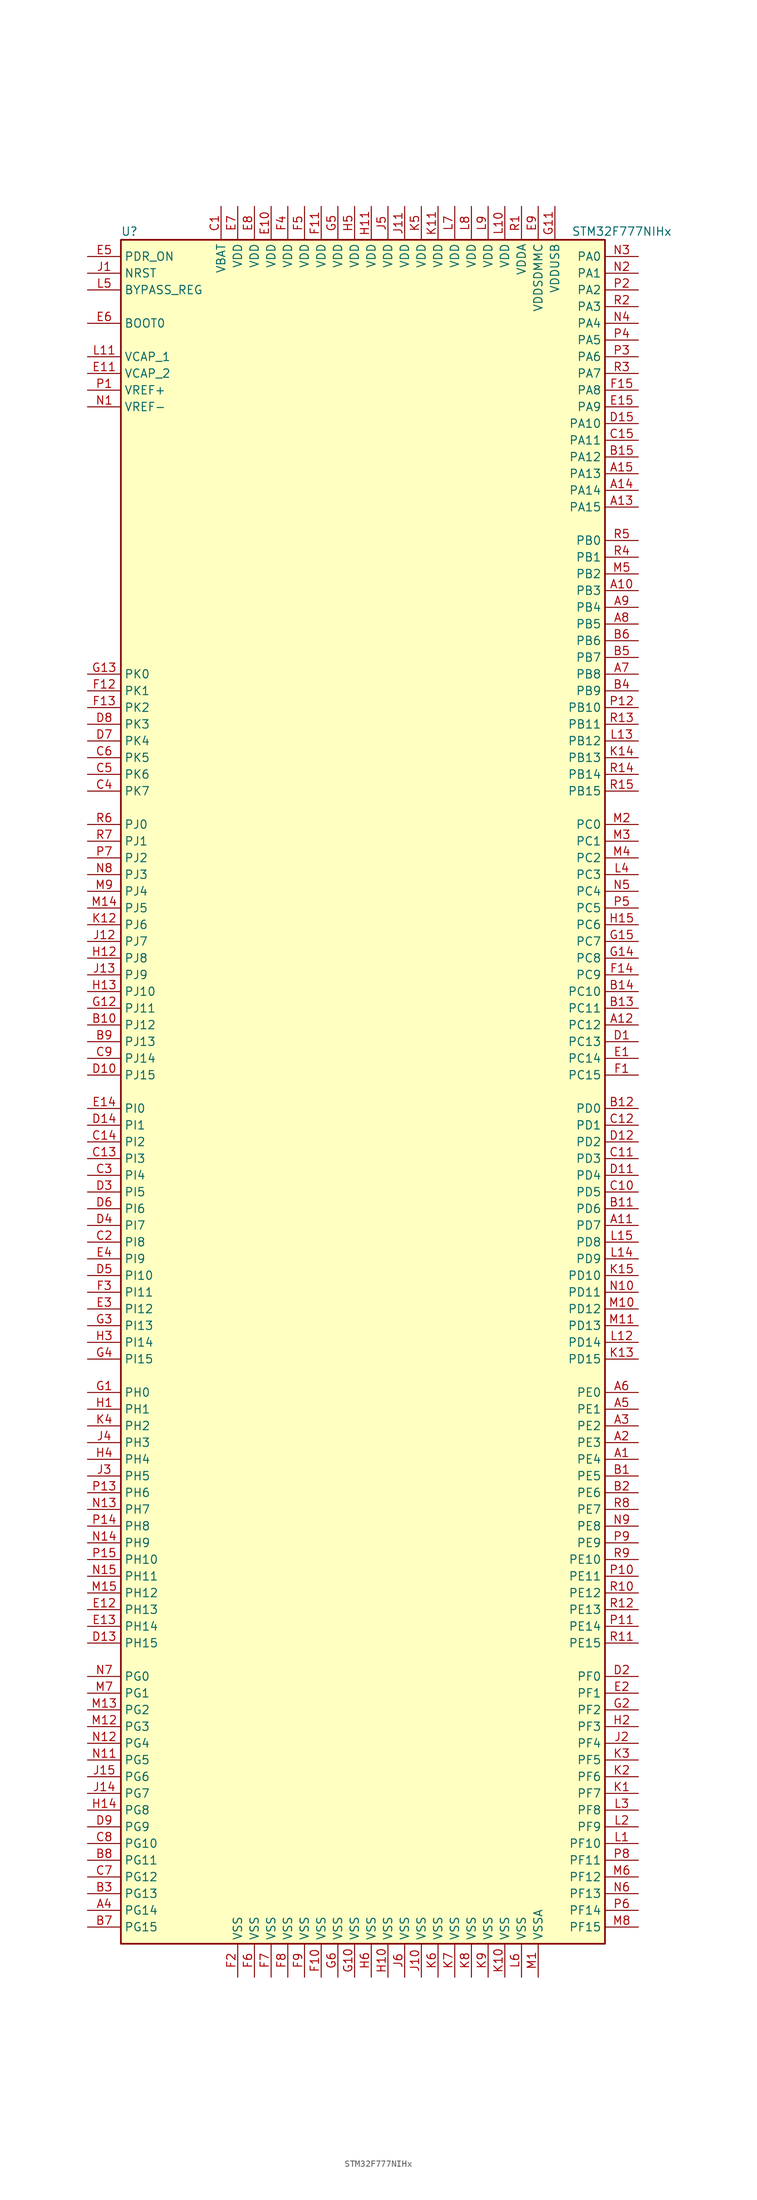
<source format=kicad_sym>
(kicad_symbol_lib
  (version 20211014)
  (generator kicad_symbol_editor)
  (symbol "STM32F777NIHx"
    (property "Reference" "U"
      (at -38.1 130.81 0)
      (effects (font (size 1.27 1.27)) (justify left)))
    (property "Value" "STM32F777NIHx"
      (at 30.48 130.81 0)
      (effects (font (size 1.27 1.27)) (justify left)))
    (symbol "STM32F777NIHx_0_1"
      (rectangle (start -38.1 -129.54) (end 35.56 129.54) (stroke (width 0.254) (type default) (color 0 0 0 0)) (fill (type background))))
    (symbol "STM32F777NIHx_1_1"
      (pin bidirectional line (at 40.64 -55.88 180) (length 5.08) (name "PE4" (effects (font (size 1.27 1.27)))) (number "A1" (effects (font (size 1.27 1.27)))))
      (pin bidirectional line (at 40.64 76.2 180) (length 5.08) (name "PB3" (effects (font (size 1.27 1.27)))) (number "A10" (effects (font (size 1.27 1.27)))))
      (pin bidirectional line (at 40.64 -20.32 180) (length 5.08) (name "PD7" (effects (font (size 1.27 1.27)))) (number "A11" (effects (font (size 1.27 1.27)))))
      (pin bidirectional line (at 40.64 10.16 180) (length 5.08) (name "PC12" (effects (font (size 1.27 1.27)))) (number "A12" (effects (font (size 1.27 1.27)))))
      (pin bidirectional line (at 40.64 88.9 180) (length 5.08) (name "PA15" (effects (font (size 1.27 1.27)))) (number "A13" (effects (font (size 1.27 1.27)))))
      (pin bidirectional line (at 40.64 91.44 180) (length 5.08) (name "PA14" (effects (font (size 1.27 1.27)))) (number "A14" (effects (font (size 1.27 1.27)))))
      (pin bidirectional line (at 40.64 93.98 180) (length 5.08) (name "PA13" (effects (font (size 1.27 1.27)))) (number "A15" (effects (font (size 1.27 1.27)))))
      (pin bidirectional line (at 40.64 -53.34 180) (length 5.08) (name "PE3" (effects (font (size 1.27 1.27)))) (number "A2" (effects (font (size 1.27 1.27)))))
      (pin bidirectional line (at 40.64 -50.8 180) (length 5.08) (name "PE2" (effects (font (size 1.27 1.27)))) (number "A3" (effects (font (size 1.27 1.27)))))
      (pin bidirectional line (at -43.18 -124.46 0) (length 5.08) (name "PG14" (effects (font (size 1.27 1.27)))) (number "A4" (effects (font (size 1.27 1.27)))))
      (pin bidirectional line (at 40.64 -48.26 180) (length 5.08) (name "PE1" (effects (font (size 1.27 1.27)))) (number "A5" (effects (font (size 1.27 1.27)))))
      (pin bidirectional line (at 40.64 -45.72 180) (length 5.08) (name "PE0" (effects (font (size 1.27 1.27)))) (number "A6" (effects (font (size 1.27 1.27)))))
      (pin bidirectional line (at 40.64 63.5 180) (length 5.08) (name "PB8" (effects (font (size 1.27 1.27)))) (number "A7" (effects (font (size 1.27 1.27)))))
      (pin bidirectional line (at 40.64 71.12 180) (length 5.08) (name "PB5" (effects (font (size 1.27 1.27)))) (number "A8" (effects (font (size 1.27 1.27)))))
      (pin bidirectional line (at 40.64 73.66 180) (length 5.08) (name "PB4" (effects (font (size 1.27 1.27)))) (number "A9" (effects (font (size 1.27 1.27)))))
      (pin bidirectional line (at 40.64 -58.42 180) (length 5.08) (name "PE5" (effects (font (size 1.27 1.27)))) (number "B1" (effects (font (size 1.27 1.27)))))
      (pin bidirectional line (at -43.18 10.16 0) (length 5.08) (name "PJ12" (effects (font (size 1.27 1.27)))) (number "B10" (effects (font (size 1.27 1.27)))))
      (pin bidirectional line (at 40.64 -17.78 180) (length 5.08) (name "PD6" (effects (font (size 1.27 1.27)))) (number "B11" (effects (font (size 1.27 1.27)))))
      (pin bidirectional line (at 40.64 -2.54 180) (length 5.08) (name "PD0" (effects (font (size 1.27 1.27)))) (number "B12" (effects (font (size 1.27 1.27)))))
      (pin bidirectional line (at 40.64 12.7 180) (length 5.08) (name "PC11" (effects (font (size 1.27 1.27)))) (number "B13" (effects (font (size 1.27 1.27)))))
      (pin bidirectional line (at 40.64 15.24 180) (length 5.08) (name "PC10" (effects (font (size 1.27 1.27)))) (number "B14" (effects (font (size 1.27 1.27)))))
      (pin bidirectional line (at 40.64 96.52 180) (length 5.08) (name "PA12" (effects (font (size 1.27 1.27)))) (number "B15" (effects (font (size 1.27 1.27)))))
      (pin bidirectional line (at 40.64 -60.96 180) (length 5.08) (name "PE6" (effects (font (size 1.27 1.27)))) (number "B2" (effects (font (size 1.27 1.27)))))
      (pin bidirectional line (at -43.18 -121.92 0) (length 5.08) (name "PG13" (effects (font (size 1.27 1.27)))) (number "B3" (effects (font (size 1.27 1.27)))))
      (pin bidirectional line (at 40.64 60.96 180) (length 5.08) (name "PB9" (effects (font (size 1.27 1.27)))) (number "B4" (effects (font (size 1.27 1.27)))))
      (pin bidirectional line (at 40.64 66.04 180) (length 5.08) (name "PB7" (effects (font (size 1.27 1.27)))) (number "B5" (effects (font (size 1.27 1.27)))))
      (pin bidirectional line (at 40.64 68.58 180) (length 5.08) (name "PB6" (effects (font (size 1.27 1.27)))) (number "B6" (effects (font (size 1.27 1.27)))))
      (pin bidirectional line (at -43.18 -127 0) (length 5.08) (name "PG15" (effects (font (size 1.27 1.27)))) (number "B7" (effects (font (size 1.27 1.27)))))
      (pin bidirectional line (at -43.18 -116.84 0) (length 5.08) (name "PG11" (effects (font (size 1.27 1.27)))) (number "B8" (effects (font (size 1.27 1.27)))))
      (pin bidirectional line (at -43.18 7.62 0) (length 5.08) (name "PJ13" (effects (font (size 1.27 1.27)))) (number "B9" (effects (font (size 1.27 1.27)))))
      (pin power_in line (at -22.86 134.62 270) (length 5.08) (name "VBAT" (effects (font (size 1.27 1.27)))) (number "C1" (effects (font (size 1.27 1.27)))))
      (pin bidirectional line (at 40.64 -15.24 180) (length 5.08) (name "PD5" (effects (font (size 1.27 1.27)))) (number "C10" (effects (font (size 1.27 1.27)))))
      (pin bidirectional line (at 40.64 -10.16 180) (length 5.08) (name "PD3" (effects (font (size 1.27 1.27)))) (number "C11" (effects (font (size 1.27 1.27)))))
      (pin bidirectional line (at 40.64 -5.08 180) (length 5.08) (name "PD1" (effects (font (size 1.27 1.27)))) (number "C12" (effects (font (size 1.27 1.27)))))
      (pin bidirectional line (at -43.18 -10.16 0) (length 5.08) (name "PI3" (effects (font (size 1.27 1.27)))) (number "C13" (effects (font (size 1.27 1.27)))))
      (pin bidirectional line (at -43.18 -7.62 0) (length 5.08) (name "PI2" (effects (font (size 1.27 1.27)))) (number "C14" (effects (font (size 1.27 1.27)))))
      (pin bidirectional line (at 40.64 99.06 180) (length 5.08) (name "PA11" (effects (font (size 1.27 1.27)))) (number "C15" (effects (font (size 1.27 1.27)))))
      (pin bidirectional line (at -43.18 -22.86 0) (length 5.08) (name "PI8" (effects (font (size 1.27 1.27)))) (number "C2" (effects (font (size 1.27 1.27)))))
      (pin bidirectional line (at -43.18 -12.7 0) (length 5.08) (name "PI4" (effects (font (size 1.27 1.27)))) (number "C3" (effects (font (size 1.27 1.27)))))
      (pin bidirectional line (at -43.18 45.72 0) (length 5.08) (name "PK7" (effects (font (size 1.27 1.27)))) (number "C4" (effects (font (size 1.27 1.27)))))
      (pin bidirectional line (at -43.18 48.26 0) (length 5.08) (name "PK6" (effects (font (size 1.27 1.27)))) (number "C5" (effects (font (size 1.27 1.27)))))
      (pin bidirectional line (at -43.18 50.8 0) (length 5.08) (name "PK5" (effects (font (size 1.27 1.27)))) (number "C6" (effects (font (size 1.27 1.27)))))
      (pin bidirectional line (at -43.18 -119.38 0) (length 5.08) (name "PG12" (effects (font (size 1.27 1.27)))) (number "C7" (effects (font (size 1.27 1.27)))))
      (pin bidirectional line (at -43.18 -114.3 0) (length 5.08) (name "PG10" (effects (font (size 1.27 1.27)))) (number "C8" (effects (font (size 1.27 1.27)))))
      (pin bidirectional line (at -43.18 5.08 0) (length 5.08) (name "PJ14" (effects (font (size 1.27 1.27)))) (number "C9" (effects (font (size 1.27 1.27)))))
      (pin bidirectional line (at 40.64 7.62 180) (length 5.08) (name "PC13" (effects (font (size 1.27 1.27)))) (number "D1" (effects (font (size 1.27 1.27)))))
      (pin bidirectional line (at -43.18 2.54 0) (length 5.08) (name "PJ15" (effects (font (size 1.27 1.27)))) (number "D10" (effects (font (size 1.27 1.27)))))
      (pin bidirectional line (at 40.64 -12.7 180) (length 5.08) (name "PD4" (effects (font (size 1.27 1.27)))) (number "D11" (effects (font (size 1.27 1.27)))))
      (pin bidirectional line (at 40.64 -7.62 180) (length 5.08) (name "PD2" (effects (font (size 1.27 1.27)))) (number "D12" (effects (font (size 1.27 1.27)))))
      (pin bidirectional line (at -43.18 -83.82 0) (length 5.08) (name "PH15" (effects (font (size 1.27 1.27)))) (number "D13" (effects (font (size 1.27 1.27)))))
      (pin bidirectional line (at -43.18 -5.08 0) (length 5.08) (name "PI1" (effects (font (size 1.27 1.27)))) (number "D14" (effects (font (size 1.27 1.27)))))
      (pin bidirectional line (at 40.64 101.6 180) (length 5.08) (name "PA10" (effects (font (size 1.27 1.27)))) (number "D15" (effects (font (size 1.27 1.27)))))
      (pin bidirectional line (at 40.64 -88.9 180) (length 5.08) (name "PF0" (effects (font (size 1.27 1.27)))) (number "D2" (effects (font (size 1.27 1.27)))))
      (pin bidirectional line (at -43.18 -15.24 0) (length 5.08) (name "PI5" (effects (font (size 1.27 1.27)))) (number "D3" (effects (font (size 1.27 1.27)))))
      (pin bidirectional line (at -43.18 -20.32 0) (length 5.08) (name "PI7" (effects (font (size 1.27 1.27)))) (number "D4" (effects (font (size 1.27 1.27)))))
      (pin bidirectional line (at -43.18 -27.94 0) (length 5.08) (name "PI10" (effects (font (size 1.27 1.27)))) (number "D5" (effects (font (size 1.27 1.27)))))
      (pin bidirectional line (at -43.18 -17.78 0) (length 5.08) (name "PI6" (effects (font (size 1.27 1.27)))) (number "D6" (effects (font (size 1.27 1.27)))))
      (pin bidirectional line (at -43.18 53.34 0) (length 5.08) (name "PK4" (effects (font (size 1.27 1.27)))) (number "D7" (effects (font (size 1.27 1.27)))))
      (pin bidirectional line (at -43.18 55.88 0) (length 5.08) (name "PK3" (effects (font (size 1.27 1.27)))) (number "D8" (effects (font (size 1.27 1.27)))))
      (pin bidirectional line (at -43.18 -111.76 0) (length 5.08) (name "PG9" (effects (font (size 1.27 1.27)))) (number "D9" (effects (font (size 1.27 1.27)))))
      (pin bidirectional line (at 40.64 5.08 180) (length 5.08) (name "PC14" (effects (font (size 1.27 1.27)))) (number "E1" (effects (font (size 1.27 1.27)))))
      (pin power_in line (at -15.24 134.62 270) (length 5.08) (name "VDD" (effects (font (size 1.27 1.27)))) (number "E10" (effects (font (size 1.27 1.27)))))
      (pin power_in line (at -43.18 109.22 0) (length 5.08) (name "VCAP_2" (effects (font (size 1.27 1.27)))) (number "E11" (effects (font (size 1.27 1.27)))))
      (pin bidirectional line (at -43.18 -78.74 0) (length 5.08) (name "PH13" (effects (font (size 1.27 1.27)))) (number "E12" (effects (font (size 1.27 1.27)))))
      (pin bidirectional line (at -43.18 -81.28 0) (length 5.08) (name "PH14" (effects (font (size 1.27 1.27)))) (number "E13" (effects (font (size 1.27 1.27)))))
      (pin bidirectional line (at -43.18 -2.54 0) (length 5.08) (name "PI0" (effects (font (size 1.27 1.27)))) (number "E14" (effects (font (size 1.27 1.27)))))
      (pin bidirectional line (at 40.64 104.14 180) (length 5.08) (name "PA9" (effects (font (size 1.27 1.27)))) (number "E15" (effects (font (size 1.27 1.27)))))
      (pin bidirectional line (at 40.64 -91.44 180) (length 5.08) (name "PF1" (effects (font (size 1.27 1.27)))) (number "E2" (effects (font (size 1.27 1.27)))))
      (pin bidirectional line (at -43.18 -33.02 0) (length 5.08) (name "PI12" (effects (font (size 1.27 1.27)))) (number "E3" (effects (font (size 1.27 1.27)))))
      (pin bidirectional line (at -43.18 -25.4 0) (length 5.08) (name "PI9" (effects (font (size 1.27 1.27)))) (number "E4" (effects (font (size 1.27 1.27)))))
      (pin input line (at -43.18 127 0) (length 5.08) (name "PDR_ON" (effects (font (size 1.27 1.27)))) (number "E5" (effects (font (size 1.27 1.27)))))
      (pin input line (at -43.18 116.84 0) (length 5.08) (name "BOOT0" (effects (font (size 1.27 1.27)))) (number "E6" (effects (font (size 1.27 1.27)))))
      (pin power_in line (at -20.32 134.62 270) (length 5.08) (name "VDD" (effects (font (size 1.27 1.27)))) (number "E7" (effects (font (size 1.27 1.27)))))
      (pin power_in line (at -17.78 134.62 270) (length 5.08) (name "VDD" (effects (font (size 1.27 1.27)))) (number "E8" (effects (font (size 1.27 1.27)))))
      (pin power_in line (at 25.4 134.62 270) (length 5.08) (name "VDDSDMMC" (effects (font (size 1.27 1.27)))) (number "E9" (effects (font (size 1.27 1.27)))))
      (pin bidirectional line (at 40.64 2.54 180) (length 5.08) (name "PC15" (effects (font (size 1.27 1.27)))) (number "F1" (effects (font (size 1.27 1.27)))))
      (pin power_in line (at -7.62 -134.62 90) (length 5.08) (name "VSS" (effects (font (size 1.27 1.27)))) (number "F10" (effects (font (size 1.27 1.27)))))
      (pin power_in line (at -7.62 134.62 270) (length 5.08) (name "VDD" (effects (font (size 1.27 1.27)))) (number "F11" (effects (font (size 1.27 1.27)))))
      (pin bidirectional line (at -43.18 60.96 0) (length 5.08) (name "PK1" (effects (font (size 1.27 1.27)))) (number "F12" (effects (font (size 1.27 1.27)))))
      (pin bidirectional line (at -43.18 58.42 0) (length 5.08) (name "PK2" (effects (font (size 1.27 1.27)))) (number "F13" (effects (font (size 1.27 1.27)))))
      (pin bidirectional line (at 40.64 17.78 180) (length 5.08) (name "PC9" (effects (font (size 1.27 1.27)))) (number "F14" (effects (font (size 1.27 1.27)))))
      (pin bidirectional line (at 40.64 106.68 180) (length 5.08) (name "PA8" (effects (font (size 1.27 1.27)))) (number "F15" (effects (font (size 1.27 1.27)))))
      (pin power_in line (at -20.32 -134.62 90) (length 5.08) (name "VSS" (effects (font (size 1.27 1.27)))) (number "F2" (effects (font (size 1.27 1.27)))))
      (pin bidirectional line (at -43.18 -30.48 0) (length 5.08) (name "PI11" (effects (font (size 1.27 1.27)))) (number "F3" (effects (font (size 1.27 1.27)))))
      (pin power_in line (at -12.7 134.62 270) (length 5.08) (name "VDD" (effects (font (size 1.27 1.27)))) (number "F4" (effects (font (size 1.27 1.27)))))
      (pin power_in line (at -10.16 134.62 270) (length 5.08) (name "VDD" (effects (font (size 1.27 1.27)))) (number "F5" (effects (font (size 1.27 1.27)))))
      (pin power_in line (at -17.78 -134.62 90) (length 5.08) (name "VSS" (effects (font (size 1.27 1.27)))) (number "F6" (effects (font (size 1.27 1.27)))))
      (pin power_in line (at -15.24 -134.62 90) (length 5.08) (name "VSS" (effects (font (size 1.27 1.27)))) (number "F7" (effects (font (size 1.27 1.27)))))
      (pin power_in line (at -12.7 -134.62 90) (length 5.08) (name "VSS" (effects (font (size 1.27 1.27)))) (number "F8" (effects (font (size 1.27 1.27)))))
      (pin power_in line (at -10.16 -134.62 90) (length 5.08) (name "VSS" (effects (font (size 1.27 1.27)))) (number "F9" (effects (font (size 1.27 1.27)))))
      (pin input line (at -43.18 -45.72 0) (length 5.08) (name "PH0" (effects (font (size 1.27 1.27)))) (number "G1" (effects (font (size 1.27 1.27)))))
      (pin power_in line (at -2.54 -134.62 90) (length 5.08) (name "VSS" (effects (font (size 1.27 1.27)))) (number "G10" (effects (font (size 1.27 1.27)))))
      (pin power_in line (at 27.94 134.62 270) (length 5.08) (name "VDDUSB" (effects (font (size 1.27 1.27)))) (number "G11" (effects (font (size 1.27 1.27)))))
      (pin bidirectional line (at -43.18 12.7 0) (length 5.08) (name "PJ11" (effects (font (size 1.27 1.27)))) (number "G12" (effects (font (size 1.27 1.27)))))
      (pin bidirectional line (at -43.18 63.5 0) (length 5.08) (name "PK0" (effects (font (size 1.27 1.27)))) (number "G13" (effects (font (size 1.27 1.27)))))
      (pin bidirectional line (at 40.64 20.32 180) (length 5.08) (name "PC8" (effects (font (size 1.27 1.27)))) (number "G14" (effects (font (size 1.27 1.27)))))
      (pin bidirectional line (at 40.64 22.86 180) (length 5.08) (name "PC7" (effects (font (size 1.27 1.27)))) (number "G15" (effects (font (size 1.27 1.27)))))
      (pin bidirectional line (at 40.64 -93.98 180) (length 5.08) (name "PF2" (effects (font (size 1.27 1.27)))) (number "G2" (effects (font (size 1.27 1.27)))))
      (pin bidirectional line (at -43.18 -35.56 0) (length 5.08) (name "PI13" (effects (font (size 1.27 1.27)))) (number "G3" (effects (font (size 1.27 1.27)))))
      (pin bidirectional line (at -43.18 -40.64 0) (length 5.08) (name "PI15" (effects (font (size 1.27 1.27)))) (number "G4" (effects (font (size 1.27 1.27)))))
      (pin power_in line (at -5.08 134.62 270) (length 5.08) (name "VDD" (effects (font (size 1.27 1.27)))) (number "G5" (effects (font (size 1.27 1.27)))))
      (pin power_in line (at -5.08 -134.62 90) (length 5.08) (name "VSS" (effects (font (size 1.27 1.27)))) (number "G6" (effects (font (size 1.27 1.27)))))
      (pin input line (at -43.18 -48.26 0) (length 5.08) (name "PH1" (effects (font (size 1.27 1.27)))) (number "H1" (effects (font (size 1.27 1.27)))))
      (pin power_in line (at 2.54 -134.62 90) (length 5.08) (name "VSS" (effects (font (size 1.27 1.27)))) (number "H10" (effects (font (size 1.27 1.27)))))
      (pin power_in line (at 0 134.62 270) (length 5.08) (name "VDD" (effects (font (size 1.27 1.27)))) (number "H11" (effects (font (size 1.27 1.27)))))
      (pin bidirectional line (at -43.18 20.32 0) (length 5.08) (name "PJ8" (effects (font (size 1.27 1.27)))) (number "H12" (effects (font (size 1.27 1.27)))))
      (pin bidirectional line (at -43.18 15.24 0) (length 5.08) (name "PJ10" (effects (font (size 1.27 1.27)))) (number "H13" (effects (font (size 1.27 1.27)))))
      (pin bidirectional line (at -43.18 -109.22 0) (length 5.08) (name "PG8" (effects (font (size 1.27 1.27)))) (number "H14" (effects (font (size 1.27 1.27)))))
      (pin bidirectional line (at 40.64 25.4 180) (length 5.08) (name "PC6" (effects (font (size 1.27 1.27)))) (number "H15" (effects (font (size 1.27 1.27)))))
      (pin bidirectional line (at 40.64 -96.52 180) (length 5.08) (name "PF3" (effects (font (size 1.27 1.27)))) (number "H2" (effects (font (size 1.27 1.27)))))
      (pin bidirectional line (at -43.18 -38.1 0) (length 5.08) (name "PI14" (effects (font (size 1.27 1.27)))) (number "H3" (effects (font (size 1.27 1.27)))))
      (pin bidirectional line (at -43.18 -55.88 0) (length 5.08) (name "PH4" (effects (font (size 1.27 1.27)))) (number "H4" (effects (font (size 1.27 1.27)))))
      (pin power_in line (at -2.54 134.62 270) (length 5.08) (name "VDD" (effects (font (size 1.27 1.27)))) (number "H5" (effects (font (size 1.27 1.27)))))
      (pin power_in line (at 0 -134.62 90) (length 5.08) (name "VSS" (effects (font (size 1.27 1.27)))) (number "H6" (effects (font (size 1.27 1.27)))))
      (pin input line (at -43.18 124.46 0) (length 5.08) (name "NRST" (effects (font (size 1.27 1.27)))) (number "J1" (effects (font (size 1.27 1.27)))))
      (pin power_in line (at 7.62 -134.62 90) (length 5.08) (name "VSS" (effects (font (size 1.27 1.27)))) (number "J10" (effects (font (size 1.27 1.27)))))
      (pin power_in line (at 5.08 134.62 270) (length 5.08) (name "VDD" (effects (font (size 1.27 1.27)))) (number "J11" (effects (font (size 1.27 1.27)))))
      (pin bidirectional line (at -43.18 22.86 0) (length 5.08) (name "PJ7" (effects (font (size 1.27 1.27)))) (number "J12" (effects (font (size 1.27 1.27)))))
      (pin bidirectional line (at -43.18 17.78 0) (length 5.08) (name "PJ9" (effects (font (size 1.27 1.27)))) (number "J13" (effects (font (size 1.27 1.27)))))
      (pin bidirectional line (at -43.18 -106.68 0) (length 5.08) (name "PG7" (effects (font (size 1.27 1.27)))) (number "J14" (effects (font (size 1.27 1.27)))))
      (pin bidirectional line (at -43.18 -104.14 0) (length 5.08) (name "PG6" (effects (font (size 1.27 1.27)))) (number "J15" (effects (font (size 1.27 1.27)))))
      (pin bidirectional line (at 40.64 -99.06 180) (length 5.08) (name "PF4" (effects (font (size 1.27 1.27)))) (number "J2" (effects (font (size 1.27 1.27)))))
      (pin bidirectional line (at -43.18 -58.42 0) (length 5.08) (name "PH5" (effects (font (size 1.27 1.27)))) (number "J3" (effects (font (size 1.27 1.27)))))
      (pin bidirectional line (at -43.18 -53.34 0) (length 5.08) (name "PH3" (effects (font (size 1.27 1.27)))) (number "J4" (effects (font (size 1.27 1.27)))))
      (pin power_in line (at 2.54 134.62 270) (length 5.08) (name "VDD" (effects (font (size 1.27 1.27)))) (number "J5" (effects (font (size 1.27 1.27)))))
      (pin power_in line (at 5.08 -134.62 90) (length 5.08) (name "VSS" (effects (font (size 1.27 1.27)))) (number "J6" (effects (font (size 1.27 1.27)))))
      (pin bidirectional line (at 40.64 -106.68 180) (length 5.08) (name "PF7" (effects (font (size 1.27 1.27)))) (number "K1" (effects (font (size 1.27 1.27)))))
      (pin power_in line (at 20.32 -134.62 90) (length 5.08) (name "VSS" (effects (font (size 1.27 1.27)))) (number "K10" (effects (font (size 1.27 1.27)))))
      (pin power_in line (at 10.16 134.62 270) (length 5.08) (name "VDD" (effects (font (size 1.27 1.27)))) (number "K11" (effects (font (size 1.27 1.27)))))
      (pin bidirectional line (at -43.18 25.4 0) (length 5.08) (name "PJ6" (effects (font (size 1.27 1.27)))) (number "K12" (effects (font (size 1.27 1.27)))))
      (pin bidirectional line (at 40.64 -40.64 180) (length 5.08) (name "PD15" (effects (font (size 1.27 1.27)))) (number "K13" (effects (font (size 1.27 1.27)))))
      (pin bidirectional line (at 40.64 50.8 180) (length 5.08) (name "PB13" (effects (font (size 1.27 1.27)))) (number "K14" (effects (font (size 1.27 1.27)))))
      (pin bidirectional line (at 40.64 -27.94 180) (length 5.08) (name "PD10" (effects (font (size 1.27 1.27)))) (number "K15" (effects (font (size 1.27 1.27)))))
      (pin bidirectional line (at 40.64 -104.14 180) (length 5.08) (name "PF6" (effects (font (size 1.27 1.27)))) (number "K2" (effects (font (size 1.27 1.27)))))
      (pin bidirectional line (at 40.64 -101.6 180) (length 5.08) (name "PF5" (effects (font (size 1.27 1.27)))) (number "K3" (effects (font (size 1.27 1.27)))))
      (pin bidirectional line (at -43.18 -50.8 0) (length 5.08) (name "PH2" (effects (font (size 1.27 1.27)))) (number "K4" (effects (font (size 1.27 1.27)))))
      (pin power_in line (at 7.62 134.62 270) (length 5.08) (name "VDD" (effects (font (size 1.27 1.27)))) (number "K5" (effects (font (size 1.27 1.27)))))
      (pin power_in line (at 10.16 -134.62 90) (length 5.08) (name "VSS" (effects (font (size 1.27 1.27)))) (number "K6" (effects (font (size 1.27 1.27)))))
      (pin power_in line (at 12.7 -134.62 90) (length 5.08) (name "VSS" (effects (font (size 1.27 1.27)))) (number "K7" (effects (font (size 1.27 1.27)))))
      (pin power_in line (at 15.24 -134.62 90) (length 5.08) (name "VSS" (effects (font (size 1.27 1.27)))) (number "K8" (effects (font (size 1.27 1.27)))))
      (pin power_in line (at 17.78 -134.62 90) (length 5.08) (name "VSS" (effects (font (size 1.27 1.27)))) (number "K9" (effects (font (size 1.27 1.27)))))
      (pin bidirectional line (at 40.64 -114.3 180) (length 5.08) (name "PF10" (effects (font (size 1.27 1.27)))) (number "L1" (effects (font (size 1.27 1.27)))))
      (pin power_in line (at 20.32 134.62 270) (length 5.08) (name "VDD" (effects (font (size 1.27 1.27)))) (number "L10" (effects (font (size 1.27 1.27)))))
      (pin power_in line (at -43.18 111.76 0) (length 5.08) (name "VCAP_1" (effects (font (size 1.27 1.27)))) (number "L11" (effects (font (size 1.27 1.27)))))
      (pin bidirectional line (at 40.64 -38.1 180) (length 5.08) (name "PD14" (effects (font (size 1.27 1.27)))) (number "L12" (effects (font (size 1.27 1.27)))))
      (pin bidirectional line (at 40.64 53.34 180) (length 5.08) (name "PB12" (effects (font (size 1.27 1.27)))) (number "L13" (effects (font (size 1.27 1.27)))))
      (pin bidirectional line (at 40.64 -25.4 180) (length 5.08) (name "PD9" (effects (font (size 1.27 1.27)))) (number "L14" (effects (font (size 1.27 1.27)))))
      (pin bidirectional line (at 40.64 -22.86 180) (length 5.08) (name "PD8" (effects (font (size 1.27 1.27)))) (number "L15" (effects (font (size 1.27 1.27)))))
      (pin bidirectional line (at 40.64 -111.76 180) (length 5.08) (name "PF9" (effects (font (size 1.27 1.27)))) (number "L2" (effects (font (size 1.27 1.27)))))
      (pin bidirectional line (at 40.64 -109.22 180) (length 5.08) (name "PF8" (effects (font (size 1.27 1.27)))) (number "L3" (effects (font (size 1.27 1.27)))))
      (pin bidirectional line (at 40.64 33.02 180) (length 5.08) (name "PC3" (effects (font (size 1.27 1.27)))) (number "L4" (effects (font (size 1.27 1.27)))))
      (pin input line (at -43.18 121.92 0) (length 5.08) (name "BYPASS_REG" (effects (font (size 1.27 1.27)))) (number "L5" (effects (font (size 1.27 1.27)))))
      (pin power_in line (at 22.86 -134.62 90) (length 5.08) (name "VSS" (effects (font (size 1.27 1.27)))) (number "L6" (effects (font (size 1.27 1.27)))))
      (pin power_in line (at 12.7 134.62 270) (length 5.08) (name "VDD" (effects (font (size 1.27 1.27)))) (number "L7" (effects (font (size 1.27 1.27)))))
      (pin power_in line (at 15.24 134.62 270) (length 5.08) (name "VDD" (effects (font (size 1.27 1.27)))) (number "L8" (effects (font (size 1.27 1.27)))))
      (pin power_in line (at 17.78 134.62 270) (length 5.08) (name "VDD" (effects (font (size 1.27 1.27)))) (number "L9" (effects (font (size 1.27 1.27)))))
      (pin power_in line (at 25.4 -134.62 90) (length 5.08) (name "VSSA" (effects (font (size 1.27 1.27)))) (number "M1" (effects (font (size 1.27 1.27)))))
      (pin bidirectional line (at 40.64 -33.02 180) (length 5.08) (name "PD12" (effects (font (size 1.27 1.27)))) (number "M10" (effects (font (size 1.27 1.27)))))
      (pin bidirectional line (at 40.64 -35.56 180) (length 5.08) (name "PD13" (effects (font (size 1.27 1.27)))) (number "M11" (effects (font (size 1.27 1.27)))))
      (pin bidirectional line (at -43.18 -96.52 0) (length 5.08) (name "PG3" (effects (font (size 1.27 1.27)))) (number "M12" (effects (font (size 1.27 1.27)))))
      (pin bidirectional line (at -43.18 -93.98 0) (length 5.08) (name "PG2" (effects (font (size 1.27 1.27)))) (number "M13" (effects (font (size 1.27 1.27)))))
      (pin bidirectional line (at -43.18 27.94 0) (length 5.08) (name "PJ5" (effects (font (size 1.27 1.27)))) (number "M14" (effects (font (size 1.27 1.27)))))
      (pin bidirectional line (at -43.18 -76.2 0) (length 5.08) (name "PH12" (effects (font (size 1.27 1.27)))) (number "M15" (effects (font (size 1.27 1.27)))))
      (pin bidirectional line (at 40.64 40.64 180) (length 5.08) (name "PC0" (effects (font (size 1.27 1.27)))) (number "M2" (effects (font (size 1.27 1.27)))))
      (pin bidirectional line (at 40.64 38.1 180) (length 5.08) (name "PC1" (effects (font (size 1.27 1.27)))) (number "M3" (effects (font (size 1.27 1.27)))))
      (pin bidirectional line (at 40.64 35.56 180) (length 5.08) (name "PC2" (effects (font (size 1.27 1.27)))) (number "M4" (effects (font (size 1.27 1.27)))))
      (pin bidirectional line (at 40.64 78.74 180) (length 5.08) (name "PB2" (effects (font (size 1.27 1.27)))) (number "M5" (effects (font (size 1.27 1.27)))))
      (pin bidirectional line (at 40.64 -119.38 180) (length 5.08) (name "PF12" (effects (font (size 1.27 1.27)))) (number "M6" (effects (font (size 1.27 1.27)))))
      (pin bidirectional line (at -43.18 -91.44 0) (length 5.08) (name "PG1" (effects (font (size 1.27 1.27)))) (number "M7" (effects (font (size 1.27 1.27)))))
      (pin bidirectional line (at 40.64 -127 180) (length 5.08) (name "PF15" (effects (font (size 1.27 1.27)))) (number "M8" (effects (font (size 1.27 1.27)))))
      (pin bidirectional line (at -43.18 30.48 0) (length 5.08) (name "PJ4" (effects (font (size 1.27 1.27)))) (number "M9" (effects (font (size 1.27 1.27)))))
      (pin power_in line (at -43.18 104.14 0) (length 5.08) (name "VREF-" (effects (font (size 1.27 1.27)))) (number "N1" (effects (font (size 1.27 1.27)))))
      (pin bidirectional line (at 40.64 -30.48 180) (length 5.08) (name "PD11" (effects (font (size 1.27 1.27)))) (number "N10" (effects (font (size 1.27 1.27)))))
      (pin bidirectional line (at -43.18 -101.6 0) (length 5.08) (name "PG5" (effects (font (size 1.27 1.27)))) (number "N11" (effects (font (size 1.27 1.27)))))
      (pin bidirectional line (at -43.18 -99.06 0) (length 5.08) (name "PG4" (effects (font (size 1.27 1.27)))) (number "N12" (effects (font (size 1.27 1.27)))))
      (pin bidirectional line (at -43.18 -63.5 0) (length 5.08) (name "PH7" (effects (font (size 1.27 1.27)))) (number "N13" (effects (font (size 1.27 1.27)))))
      (pin bidirectional line (at -43.18 -68.58 0) (length 5.08) (name "PH9" (effects (font (size 1.27 1.27)))) (number "N14" (effects (font (size 1.27 1.27)))))
      (pin bidirectional line (at -43.18 -73.66 0) (length 5.08) (name "PH11" (effects (font (size 1.27 1.27)))) (number "N15" (effects (font (size 1.27 1.27)))))
      (pin bidirectional line (at 40.64 124.46 180) (length 5.08) (name "PA1" (effects (font (size 1.27 1.27)))) (number "N2" (effects (font (size 1.27 1.27)))))
      (pin bidirectional line (at 40.64 127 180) (length 5.08) (name "PA0" (effects (font (size 1.27 1.27)))) (number "N3" (effects (font (size 1.27 1.27)))))
      (pin bidirectional line (at 40.64 116.84 180) (length 5.08) (name "PA4" (effects (font (size 1.27 1.27)))) (number "N4" (effects (font (size 1.27 1.27)))))
      (pin bidirectional line (at 40.64 30.48 180) (length 5.08) (name "PC4" (effects (font (size 1.27 1.27)))) (number "N5" (effects (font (size 1.27 1.27)))))
      (pin bidirectional line (at 40.64 -121.92 180) (length 5.08) (name "PF13" (effects (font (size 1.27 1.27)))) (number "N6" (effects (font (size 1.27 1.27)))))
      (pin bidirectional line (at -43.18 -88.9 0) (length 5.08) (name "PG0" (effects (font (size 1.27 1.27)))) (number "N7" (effects (font (size 1.27 1.27)))))
      (pin bidirectional line (at -43.18 33.02 0) (length 5.08) (name "PJ3" (effects (font (size 1.27 1.27)))) (number "N8" (effects (font (size 1.27 1.27)))))
      (pin bidirectional line (at 40.64 -66.04 180) (length 5.08) (name "PE8" (effects (font (size 1.27 1.27)))) (number "N9" (effects (font (size 1.27 1.27)))))
      (pin power_in line (at -43.18 106.68 0) (length 5.08) (name "VREF+" (effects (font (size 1.27 1.27)))) (number "P1" (effects (font (size 1.27 1.27)))))
      (pin bidirectional line (at 40.64 -73.66 180) (length 5.08) (name "PE11" (effects (font (size 1.27 1.27)))) (number "P10" (effects (font (size 1.27 1.27)))))
      (pin bidirectional line (at 40.64 -81.28 180) (length 5.08) (name "PE14" (effects (font (size 1.27 1.27)))) (number "P11" (effects (font (size 1.27 1.27)))))
      (pin bidirectional line (at 40.64 58.42 180) (length 5.08) (name "PB10" (effects (font (size 1.27 1.27)))) (number "P12" (effects (font (size 1.27 1.27)))))
      (pin bidirectional line (at -43.18 -60.96 0) (length 5.08) (name "PH6" (effects (font (size 1.27 1.27)))) (number "P13" (effects (font (size 1.27 1.27)))))
      (pin bidirectional line (at -43.18 -66.04 0) (length 5.08) (name "PH8" (effects (font (size 1.27 1.27)))) (number "P14" (effects (font (size 1.27 1.27)))))
      (pin bidirectional line (at -43.18 -71.12 0) (length 5.08) (name "PH10" (effects (font (size 1.27 1.27)))) (number "P15" (effects (font (size 1.27 1.27)))))
      (pin bidirectional line (at 40.64 121.92 180) (length 5.08) (name "PA2" (effects (font (size 1.27 1.27)))) (number "P2" (effects (font (size 1.27 1.27)))))
      (pin bidirectional line (at 40.64 111.76 180) (length 5.08) (name "PA6" (effects (font (size 1.27 1.27)))) (number "P3" (effects (font (size 1.27 1.27)))))
      (pin bidirectional line (at 40.64 114.3 180) (length 5.08) (name "PA5" (effects (font (size 1.27 1.27)))) (number "P4" (effects (font (size 1.27 1.27)))))
      (pin bidirectional line (at 40.64 27.94 180) (length 5.08) (name "PC5" (effects (font (size 1.27 1.27)))) (number "P5" (effects (font (size 1.27 1.27)))))
      (pin bidirectional line (at 40.64 -124.46 180) (length 5.08) (name "PF14" (effects (font (size 1.27 1.27)))) (number "P6" (effects (font (size 1.27 1.27)))))
      (pin bidirectional line (at -43.18 35.56 0) (length 5.08) (name "PJ2" (effects (font (size 1.27 1.27)))) (number "P7" (effects (font (size 1.27 1.27)))))
      (pin bidirectional line (at 40.64 -116.84 180) (length 5.08) (name "PF11" (effects (font (size 1.27 1.27)))) (number "P8" (effects (font (size 1.27 1.27)))))
      (pin bidirectional line (at 40.64 -68.58 180) (length 5.08) (name "PE9" (effects (font (size 1.27 1.27)))) (number "P9" (effects (font (size 1.27 1.27)))))
      (pin power_in line (at 22.86 134.62 270) (length 5.08) (name "VDDA" (effects (font (size 1.27 1.27)))) (number "R1" (effects (font (size 1.27 1.27)))))
      (pin bidirectional line (at 40.64 -76.2 180) (length 5.08) (name "PE12" (effects (font (size 1.27 1.27)))) (number "R10" (effects (font (size 1.27 1.27)))))
      (pin bidirectional line (at 40.64 -83.82 180) (length 5.08) (name "PE15" (effects (font (size 1.27 1.27)))) (number "R11" (effects (font (size 1.27 1.27)))))
      (pin bidirectional line (at 40.64 -78.74 180) (length 5.08) (name "PE13" (effects (font (size 1.27 1.27)))) (number "R12" (effects (font (size 1.27 1.27)))))
      (pin bidirectional line (at 40.64 55.88 180) (length 5.08) (name "PB11" (effects (font (size 1.27 1.27)))) (number "R13" (effects (font (size 1.27 1.27)))))
      (pin bidirectional line (at 40.64 48.26 180) (length 5.08) (name "PB14" (effects (font (size 1.27 1.27)))) (number "R14" (effects (font (size 1.27 1.27)))))
      (pin bidirectional line (at 40.64 45.72 180) (length 5.08) (name "PB15" (effects (font (size 1.27 1.27)))) (number "R15" (effects (font (size 1.27 1.27)))))
      (pin bidirectional line (at 40.64 119.38 180) (length 5.08) (name "PA3" (effects (font (size 1.27 1.27)))) (number "R2" (effects (font (size 1.27 1.27)))))
      (pin bidirectional line (at 40.64 109.22 180) (length 5.08) (name "PA7" (effects (font (size 1.27 1.27)))) (number "R3" (effects (font (size 1.27 1.27)))))
      (pin bidirectional line (at 40.64 81.28 180) (length 5.08) (name "PB1" (effects (font (size 1.27 1.27)))) (number "R4" (effects (font (size 1.27 1.27)))))
      (pin bidirectional line (at 40.64 83.82 180) (length 5.08) (name "PB0" (effects (font (size 1.27 1.27)))) (number "R5" (effects (font (size 1.27 1.27)))))
      (pin bidirectional line (at -43.18 40.64 0) (length 5.08) (name "PJ0" (effects (font (size 1.27 1.27)))) (number "R6" (effects (font (size 1.27 1.27)))))
      (pin bidirectional line (at -43.18 38.1 0) (length 5.08) (name "PJ1" (effects (font (size 1.27 1.27)))) (number "R7" (effects (font (size 1.27 1.27)))))
      (pin bidirectional line (at 40.64 -63.5 180) (length 5.08) (name "PE7" (effects (font (size 1.27 1.27)))) (number "R8" (effects (font (size 1.27 1.27)))))
      (pin bidirectional line (at 40.64 -71.12 180) (length 5.08) (name "PE10" (effects (font (size 1.27 1.27)))) (number "R9" (effects (font (size 1.27 1.27))))))))
</source>
